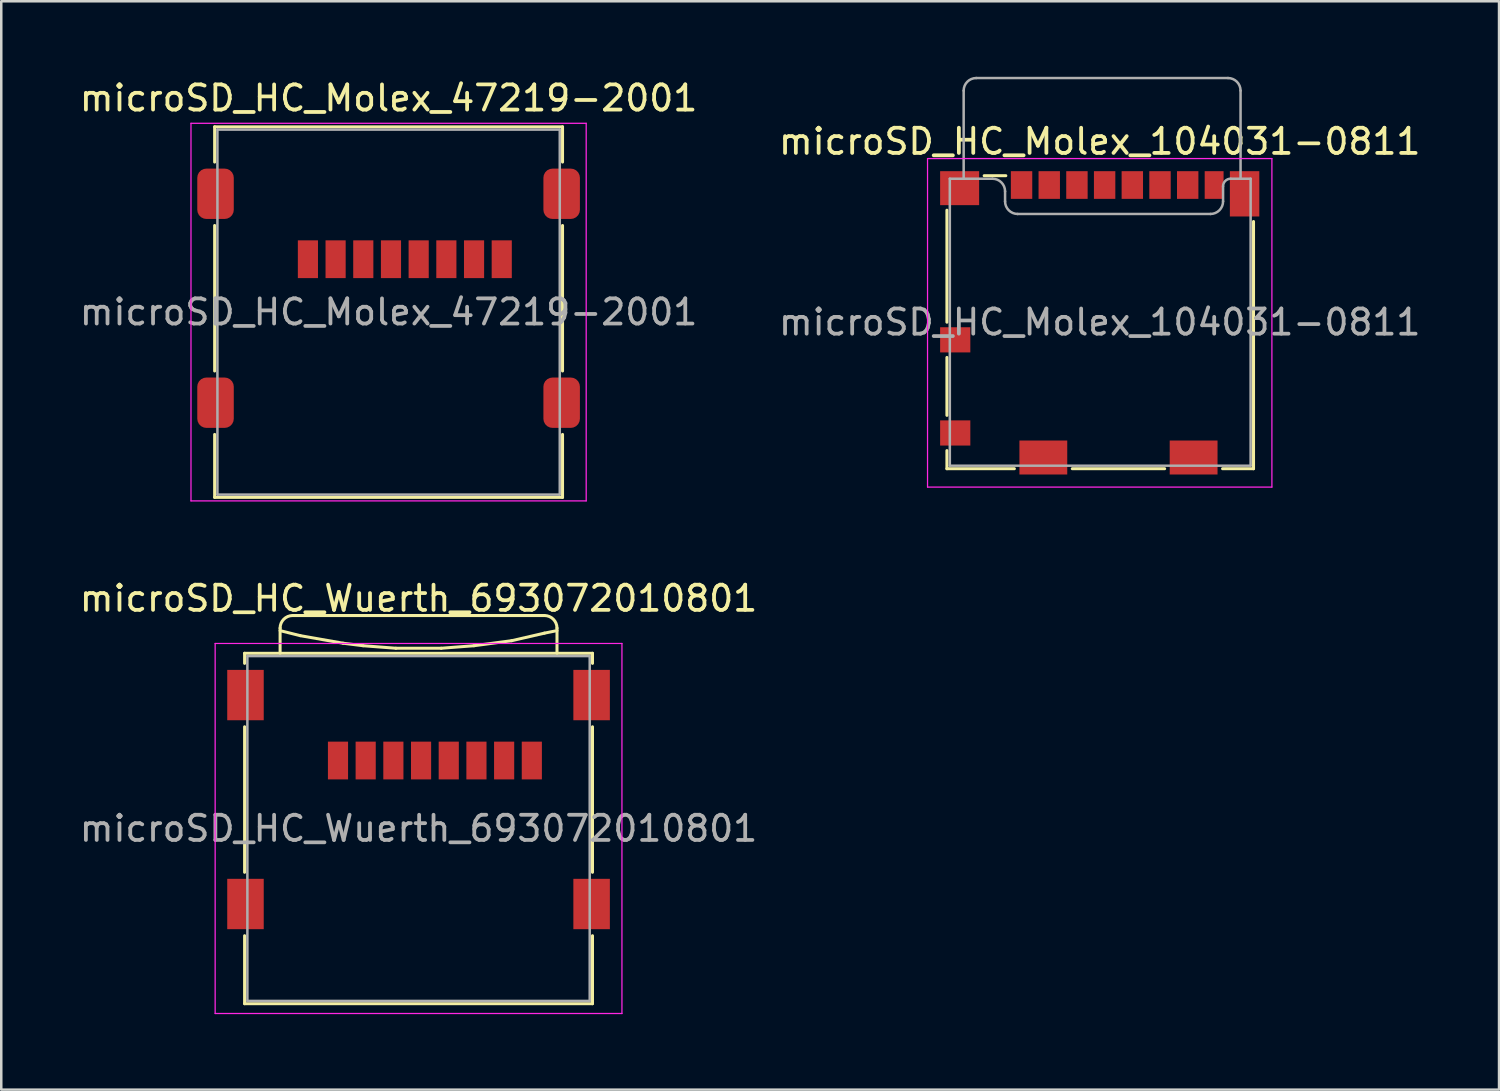
<source format=kicad_pcb>
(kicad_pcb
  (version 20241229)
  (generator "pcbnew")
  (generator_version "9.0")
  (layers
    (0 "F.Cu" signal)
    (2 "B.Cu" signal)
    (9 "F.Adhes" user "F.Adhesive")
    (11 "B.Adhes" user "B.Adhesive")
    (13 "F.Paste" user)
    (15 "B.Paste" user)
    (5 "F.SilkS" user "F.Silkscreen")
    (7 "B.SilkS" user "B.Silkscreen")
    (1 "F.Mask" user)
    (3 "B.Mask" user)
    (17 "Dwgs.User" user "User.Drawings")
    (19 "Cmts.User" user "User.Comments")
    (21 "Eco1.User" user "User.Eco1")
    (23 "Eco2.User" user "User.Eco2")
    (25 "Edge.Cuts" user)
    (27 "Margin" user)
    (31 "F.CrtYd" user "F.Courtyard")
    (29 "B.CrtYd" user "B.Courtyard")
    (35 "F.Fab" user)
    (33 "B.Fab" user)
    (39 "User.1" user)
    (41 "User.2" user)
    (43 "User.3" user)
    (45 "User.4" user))
  (footprint "microSD_HC_Molex_104031-0811"
    (layer "F.Cu")
    (at 40.637 9.75)
    (property "Reference" "microSD_HC_Molex_104031-0811" (at 0 -7.18 0) (layer "F.SilkS") (effects (font (size 1 1) (thickness 0.15))))
    (attr smd)
    (fp_line (start -6.07 -4.45) (end -6.07 0) (stroke (width 0.12) (type solid)) (layer "F.SilkS"))
    (fp_line (start -6.07 1.4) (end -6.07 3.7) (stroke (width 0.12) (type solid)) (layer "F.SilkS"))
    (fp_line (start -6.07 5.1) (end -6.07 5.82) (stroke (width 0.12) (type solid)) (layer "F.SilkS"))
    (fp_line (start -6.07 5.82) (end -3.39 5.82) (stroke (width 0.12) (type solid)) (layer "F.SilkS"))
    (fp_line (start -4.59 -5.82) (end -3.73 -5.82) (stroke (width 0.12) (type solid)) (layer "F.SilkS"))
    (fp_line (start -1.09 5.82) (end 2.58 5.82) (stroke (width 0.12) (type solid)) (layer "F.SilkS"))
    (fp_line (start 4.88 5.82) (end 6.11 5.82) (stroke (width 0.12) (type solid)) (layer "F.SilkS"))
    (fp_line (start 6.11 5.82) (end 6.11 -4) (stroke (width 0.12) (type solid)) (layer "F.SilkS"))
    (fp_line (start -6.84 -6.5) (end 6.84 -6.5) (stroke (width 0.05) (type solid)) (layer "F.CrtYd"))
    (fp_line (start -6.84 6.55) (end -6.84 -6.5) (stroke (width 0.05) (type solid)) (layer "F.CrtYd"))
    (fp_line (start 6.84 -6.5) (end 6.84 6.55) (stroke (width 0.05) (type solid)) (layer "F.CrtYd"))
    (fp_line (start 6.84 6.55) (end -6.84 6.55) (stroke (width 0.05) (type solid)) (layer "F.CrtYd"))
    (fp_line (start -5.955 -5.7) (end -5.955 5.7) (stroke (width 0.1) (type solid)) (layer "F.Fab"))
    (fp_line (start -5.955 -5.7) (end -4.26 -5.7) (stroke (width 0.1) (type solid)) (layer "F.Fab"))
    (fp_line (start -5.405 -9.2) (end -5.405 -5.7) (stroke (width 0.1) (type solid)) (layer "F.Fab"))
    (fp_line (start -4.905 -9.7) (end 5.095 -9.7) (stroke (width 0.1) (type solid)) (layer "F.Fab"))
    (fp_line (start -3.76 -4.8) (end -3.76 -5.2) (stroke (width 0.1) (type solid)) (layer "F.Fab"))
    (fp_line (start 4.4 -4.3) (end -3.26 -4.3) (stroke (width 0.1) (type solid)) (layer "F.Fab"))
    (fp_line (start 4.9 -5.4) (end 4.9 -4.8) (stroke (width 0.1) (type solid)) (layer "F.Fab"))
    (fp_line (start 5.595 -5.7) (end 5.595 -9.2) (stroke (width 0.1) (type solid)) (layer "F.Fab"))
    (fp_line (start 5.995 -5.7) (end 5.21 -5.7) (stroke (width 0.1) (type solid)) (layer "F.Fab"))
    (fp_line (start 5.995 5.7) (end -5.955 5.7) (stroke (width 0.1) (type solid)) (layer "F.Fab"))
    (fp_line (start 5.995 5.7) (end 5.995 -5.7) (stroke (width 0.1) (type solid)) (layer "F.Fab"))
    (fp_arc (start -5.405 -9.2) (mid -5.258553 -9.553553) (end -4.905 -9.7) (stroke (width 0.1) (type solid)) (layer "F.Fab"))
    (fp_arc (start -4.26 -5.7) (mid -3.906447 -5.553553) (end -3.76 -5.2) (stroke (width 0.1) (type solid)) (layer "F.Fab"))
    (fp_arc (start -3.26 -4.3) (mid -3.613553 -4.446447) (end -3.76 -4.8) (stroke (width 0.1) (type solid)) (layer "F.Fab"))
    (fp_arc (start 4.9 -5.4) (mid 4.987868 -5.612132) (end 5.2 -5.7) (stroke (width 0.1) (type solid)) (layer "F.Fab"))
    (fp_arc (start 4.9 -4.8) (mid 4.753553 -4.446447) (end 4.4 -4.3) (stroke (width 0.1) (type solid)) (layer "F.Fab"))
    (fp_arc (start 5.095 -9.7) (mid 5.448553 -9.553553) (end 5.595 -9.2) (stroke (width 0.1) (type solid)) (layer "F.Fab"))
    (fp_text user "${REFERENCE}" (at 0 0 0) (layer "F.Fab") (effects (font (size 1 1) (thickness 0.15))))
    (pad "1" smd rect (at -3.105 -5.45) (size 0.85 1.1) (layers "F.Cu" "F.Mask" "F.Paste"))
    (pad "2" smd rect (at -2.005 -5.45) (size 0.85 1.1) (layers "F.Cu" "F.Mask" "F.Paste"))
    (pad "3" smd rect (at -0.905 -5.45) (size 0.85 1.1) (layers "F.Cu" "F.Mask" "F.Paste"))
    (pad "4" smd rect (at 0.195 -5.45) (size 0.85 1.1) (layers "F.Cu" "F.Mask" "F.Paste"))
    (pad "5" smd rect (at 1.295 -5.45) (size 0.85 1.1) (layers "F.Cu" "F.Mask" "F.Paste"))
    (pad "6" smd rect (at 2.395 -5.45) (size 0.85 1.1) (layers "F.Cu" "F.Mask" "F.Paste"))
    (pad "7" smd rect (at 3.495 -5.45) (size 0.85 1.1) (layers "F.Cu" "F.Mask" "F.Paste"))
    (pad "8" smd rect (at 4.545 -5.45) (size 0.75 1.1) (layers "F.Cu" "F.Mask" "F.Paste"))
    (pad "9" smd rect (at -5.74 0.7) (size 1.2 1) (layers "F.Cu" "F.Mask" "F.Paste"))
    (pad "10" smd rect (at -5.74 4.4) (size 1.2 1) (layers "F.Cu" "F.Mask" "F.Paste"))
    (pad "11" smd rect (at -5.565 -5.325) (size 1.55 1.35) (layers "F.Cu" "F.Mask" "F.Paste"))
    (pad "11" smd rect (at -2.24 5.375) (size 1.9 1.35) (layers "F.Cu" "F.Mask" "F.Paste"))
    (pad "11" smd rect (at 3.73 5.375) (size 1.9 1.35) (layers "F.Cu" "F.Mask" "F.Paste"))
    (pad "11" smd rect (at 5.755 -5.1) (size 1.17 1.8) (layers "F.Cu" "F.Mask" "F.Paste")))
  (footprint "microSD_HC_Molex_47219-2001"
    (layer "F.Cu")
    (at 12.387 9.348)
    (property "Reference" "microSD_HC_Molex_47219-2001" (at 0 -8.5 0) (unlocked yes) (layer "F.SilkS") (effects (font (size 1 1) (thickness 0.15))))
    (attr smd)
    (fp_line (start -6.91 -7.36) (end -6.91 -5.96) (stroke (width 0.12) (type solid)) (layer "F.SilkS"))
    (fp_line (start -6.91 -7.36) (end 6.91 -7.36) (stroke (width 0.12) (type solid)) (layer "F.SilkS"))
    (fp_line (start -6.91 2.34) (end -6.91 -3.44) (stroke (width 0.12) (type solid)) (layer "F.SilkS"))
    (fp_line (start -6.91 4.86) (end -6.91 7.36) (stroke (width 0.12) (type solid)) (layer "F.SilkS"))
    (fp_line (start -6.91 7.36) (end 6.91 7.36) (stroke (width 0.12) (type solid)) (layer "F.SilkS"))
    (fp_line (start 6.91 -7.36) (end 6.91 -5.96) (stroke (width 0.12) (type solid)) (layer "F.SilkS"))
    (fp_line (start 6.91 -3.44) (end 6.91 2.34) (stroke (width 0.12) (type solid)) (layer "F.SilkS"))
    (fp_line (start 6.91 4.86) (end 6.91 7.36) (stroke (width 0.12) (type solid)) (layer "F.SilkS"))
    (fp_line (start -7.85 -7.5) (end -7.85 7.5) (stroke (width 0.05) (type solid)) (layer "F.CrtYd"))
    (fp_line (start -7.85 -7.5) (end 7.85 -7.5) (stroke (width 0.05) (type solid)) (layer "F.CrtYd"))
    (fp_line (start -7.85 7.5) (end 7.85 7.5) (stroke (width 0.05) (type solid)) (layer "F.CrtYd"))
    (fp_line (start 7.85 -7.5) (end 7.85 7.5) (stroke (width 0.05) (type solid)) (layer "F.CrtYd"))
    (fp_line (start -6.8 -7.25) (end 6.8 -7.25) (stroke (width 0.1) (type solid)) (layer "F.Fab"))
    (fp_line (start -6.8 7.25) (end -6.8 -7.25) (stroke (width 0.1) (type solid)) (layer "F.Fab"))
    (fp_line (start -6.8 7.25) (end 6.8 7.25) (stroke (width 0.1) (type solid)) (layer "F.Fab"))
    (fp_line (start 6.8 -7.25) (end 6.8 7.25) (stroke (width 0.1) (type solid)) (layer "F.Fab"))
    (fp_text user "${REFERENCE}" (at 0 0 0) (unlocked yes) (layer "F.Fab") (effects (font (size 1 1) (thickness 0.15))))
    (pad "1" smd rect (at -3.205 -2.1) (size 0.8 1.5) (layers "F.Cu" "F.Mask" "F.Paste"))
    (pad "2" smd rect (at -2.105 -2.1) (size 0.8 1.5) (layers "F.Cu" "F.Mask" "F.Paste"))
    (pad "3" smd rect (at -1.005 -2.1) (size 0.8 1.5) (layers "F.Cu" "F.Mask" "F.Paste"))
    (pad "4" smd rect (at 0.095 -2.1) (size 0.8 1.5) (layers "F.Cu" "F.Mask" "F.Paste"))
    (pad "5" smd rect (at 1.195 -2.1) (size 0.8 1.5) (layers "F.Cu" "F.Mask" "F.Paste"))
    (pad "6" smd rect (at 2.295 -2.1) (size 0.8 1.5) (layers "F.Cu" "F.Mask" "F.Paste"))
    (pad "7" smd rect (at 3.395 -2.1) (size 0.8 1.5) (layers "F.Cu" "F.Mask" "F.Paste"))
    (pad "8" smd rect (at 4.495 -2.1) (size 0.8 1.5) (layers "F.Cu" "F.Mask" "F.Paste"))
    (pad "9" smd roundrect (at -6.875 -4.7) (size 1.45 2) (layers "F.Cu" "F.Mask" "F.Paste") (roundrect_rratio 0.25))
    (pad "9" smd roundrect (at -6.875 3.6) (size 1.45 2) (layers "F.Cu" "F.Mask" "F.Paste") (roundrect_rratio 0.25))
    (pad "9" smd roundrect (at 6.875 -4.7) (size 1.45 2) (layers "F.Cu" "F.Mask" "F.Paste") (roundrect_rratio 0.25))
    (pad "9" smd roundrect (at 6.875 3.6) (size 1.45 2) (layers "F.Cu" "F.Mask" "F.Paste") (roundrect_rratio 0.25)))
  (footprint "microSD_HC_Wuerth_693072010801"
    (layer "F.Cu")
    (at 13.577 28.712)
    (property "Reference" "microSD_HC_Wuerth_693072010801" (at 0 -7.99 0) (layer "F.SilkS") (effects (font (size 1 1) (thickness 0.15))))
    (attr smd)
    (fp_line (start -6.91 -5.81) (end -6.91 -5.41) (stroke (width 0.12) (type solid)) (layer "F.SilkS"))
    (fp_line (start -6.91 -5.81) (end 6.91 -5.81) (stroke (width 0.12) (type solid)) (layer "F.SilkS"))
    (fp_line (start -6.91 -2.89) (end -6.91 2.89) (stroke (width 0.12) (type solid)) (layer "F.SilkS"))
    (fp_line (start -6.91 5.41) (end -6.91 8.11) (stroke (width 0.12) (type solid)) (layer "F.SilkS"))
    (fp_line (start -5.5 -6.71) (end -4.7 -6.51) (stroke (width 0.12) (type solid)) (layer "F.SilkS"))
    (fp_line (start -5.5 -5.81) (end -5.5 -6.81) (stroke (width 0.12) (type solid)) (layer "F.SilkS"))
    (fp_line (start -5 -7.31) (end 5 -7.31) (stroke (width 0.12) (type solid)) (layer "F.SilkS"))
    (fp_line (start -4.7 -6.51) (end -3 -6.21) (stroke (width 0.12) (type solid)) (layer "F.SilkS"))
    (fp_line (start -3 -6.21) (end -2.2 -6.11) (stroke (width 0.12) (type solid)) (layer "F.SilkS"))
    (fp_line (start -2.2 -6.11) (end -0.9 -6.01) (stroke (width 0.12) (type solid)) (layer "F.SilkS"))
    (fp_line (start -0.9 -6.01) (end 0.9 -6.01) (stroke (width 0.12) (type solid)) (layer "F.SilkS"))
    (fp_line (start 0.9 -6.01) (end 2.2 -6.11) (stroke (width 0.12) (type solid)) (layer "F.SilkS"))
    (fp_line (start 2.2 -6.11) (end 3.7 -6.31) (stroke (width 0.12) (type solid)) (layer "F.SilkS"))
    (fp_line (start 3.7 -6.31) (end 5 -6.61) (stroke (width 0.12) (type solid)) (layer "F.SilkS"))
    (fp_line (start 5 -6.61) (end 5.5 -6.71) (stroke (width 0.12) (type solid)) (layer "F.SilkS"))
    (fp_line (start 5.5 -5.81) (end 5.5 -6.81) (stroke (width 0.12) (type solid)) (layer "F.SilkS"))
    (fp_line (start 6.91 -5.81) (end 6.91 -5.41) (stroke (width 0.12) (type solid)) (layer "F.SilkS"))
    (fp_line (start 6.91 -2.89) (end 6.91 2.89) (stroke (width 0.12) (type solid)) (layer "F.SilkS"))
    (fp_line (start 6.91 5.41) (end 6.91 8.11) (stroke (width 0.12) (type solid)) (layer "F.SilkS"))
    (fp_line (start 6.91 8.11) (end -6.91 8.11) (stroke (width 0.12) (type solid)) (layer "F.SilkS"))
    (fp_arc (start -5.5 -6.81) (mid -5.353553 -7.163553) (end -5 -7.31) (stroke (width 0.12) (type solid)) (layer "F.SilkS"))
    (fp_arc (start 5 -7.31) (mid 5.353553 -7.163553) (end 5.5 -6.81) (stroke (width 0.12) (type solid)) (layer "F.SilkS"))
    (fp_line (start -8.08 -6.2) (end -8.08 8.5) (stroke (width 0.05) (type solid)) (layer "F.CrtYd"))
    (fp_line (start 8.08 -6.2) (end -8.08 -6.2) (stroke (width 0.05) (type solid)) (layer "F.CrtYd"))
    (fp_line (start 8.08 -6.2) (end 8.08 8.5) (stroke (width 0.05) (type solid)) (layer "F.CrtYd"))
    (fp_line (start 8.08 8.5) (end -8.08 8.5) (stroke (width 0.05) (type solid)) (layer "F.CrtYd"))
    (fp_line (start -6.8 -5.7) (end -6.8 8) (stroke (width 0.1) (type solid)) (layer "F.Fab"))
    (fp_line (start -6.8 8) (end 6.8 8) (stroke (width 0.1) (type solid)) (layer "F.Fab"))
    (fp_line (start 6.8 -5.7) (end -6.8 -5.7) (stroke (width 0.1) (type solid)) (layer "F.Fab"))
    (fp_line (start 6.8 8) (end 6.8 -5.7) (stroke (width 0.1) (type solid)) (layer "F.Fab"))
    (fp_text user "${REFERENCE}" (at 0 1.15 0) (layer "F.Fab") (effects (font (size 1 1) (thickness 0.15))))
    (pad "1" smd rect (at -3.2 -1.55) (size 0.8 1.5) (layers "F.Cu" "F.Mask" "F.Paste"))
    (pad "2" smd rect (at -2.1 -1.55) (size 0.8 1.5) (layers "F.Cu" "F.Mask" "F.Paste"))
    (pad "3" smd rect (at -1 -1.55) (size 0.8 1.5) (layers "F.Cu" "F.Mask" "F.Paste"))
    (pad "4" smd rect (at 0.1 -1.55) (size 0.8 1.5) (layers "F.Cu" "F.Mask" "F.Paste"))
    (pad "5" smd rect (at 1.2 -1.55) (size 0.8 1.5) (layers "F.Cu" "F.Mask" "F.Paste"))
    (pad "6" smd rect (at 2.3 -1.55) (size 0.8 1.5) (layers "F.Cu" "F.Mask" "F.Paste"))
    (pad "7" smd rect (at 3.4 -1.55) (size 0.8 1.5) (layers "F.Cu" "F.Mask" "F.Paste"))
    (pad "8" smd rect (at 4.5 -1.55) (size 0.8 1.5) (layers "F.Cu" "F.Mask" "F.Paste"))
    (pad "9" smd rect (at -6.875 -4.15) (size 1.45 2) (layers "F.Cu" "F.Mask" "F.Paste"))
    (pad "9" smd rect (at -6.875 4.15) (size 1.45 2) (layers "F.Cu" "F.Mask" "F.Paste"))
    (pad "9" smd rect (at 6.875 -4.15) (size 1.45 2) (layers "F.Cu" "F.Mask" "F.Paste"))
    (pad "9" smd rect (at 6.875 4.15) (size 1.45 2) (layers "F.Cu" "F.Mask" "F.Paste")))
  (gr_rect
    (start -3 -3)
    (end 56.5 40.236)
    (stroke (width 0.1) (type default))
    (fill no)
    (layer "Edge.Cuts")))
</source>
